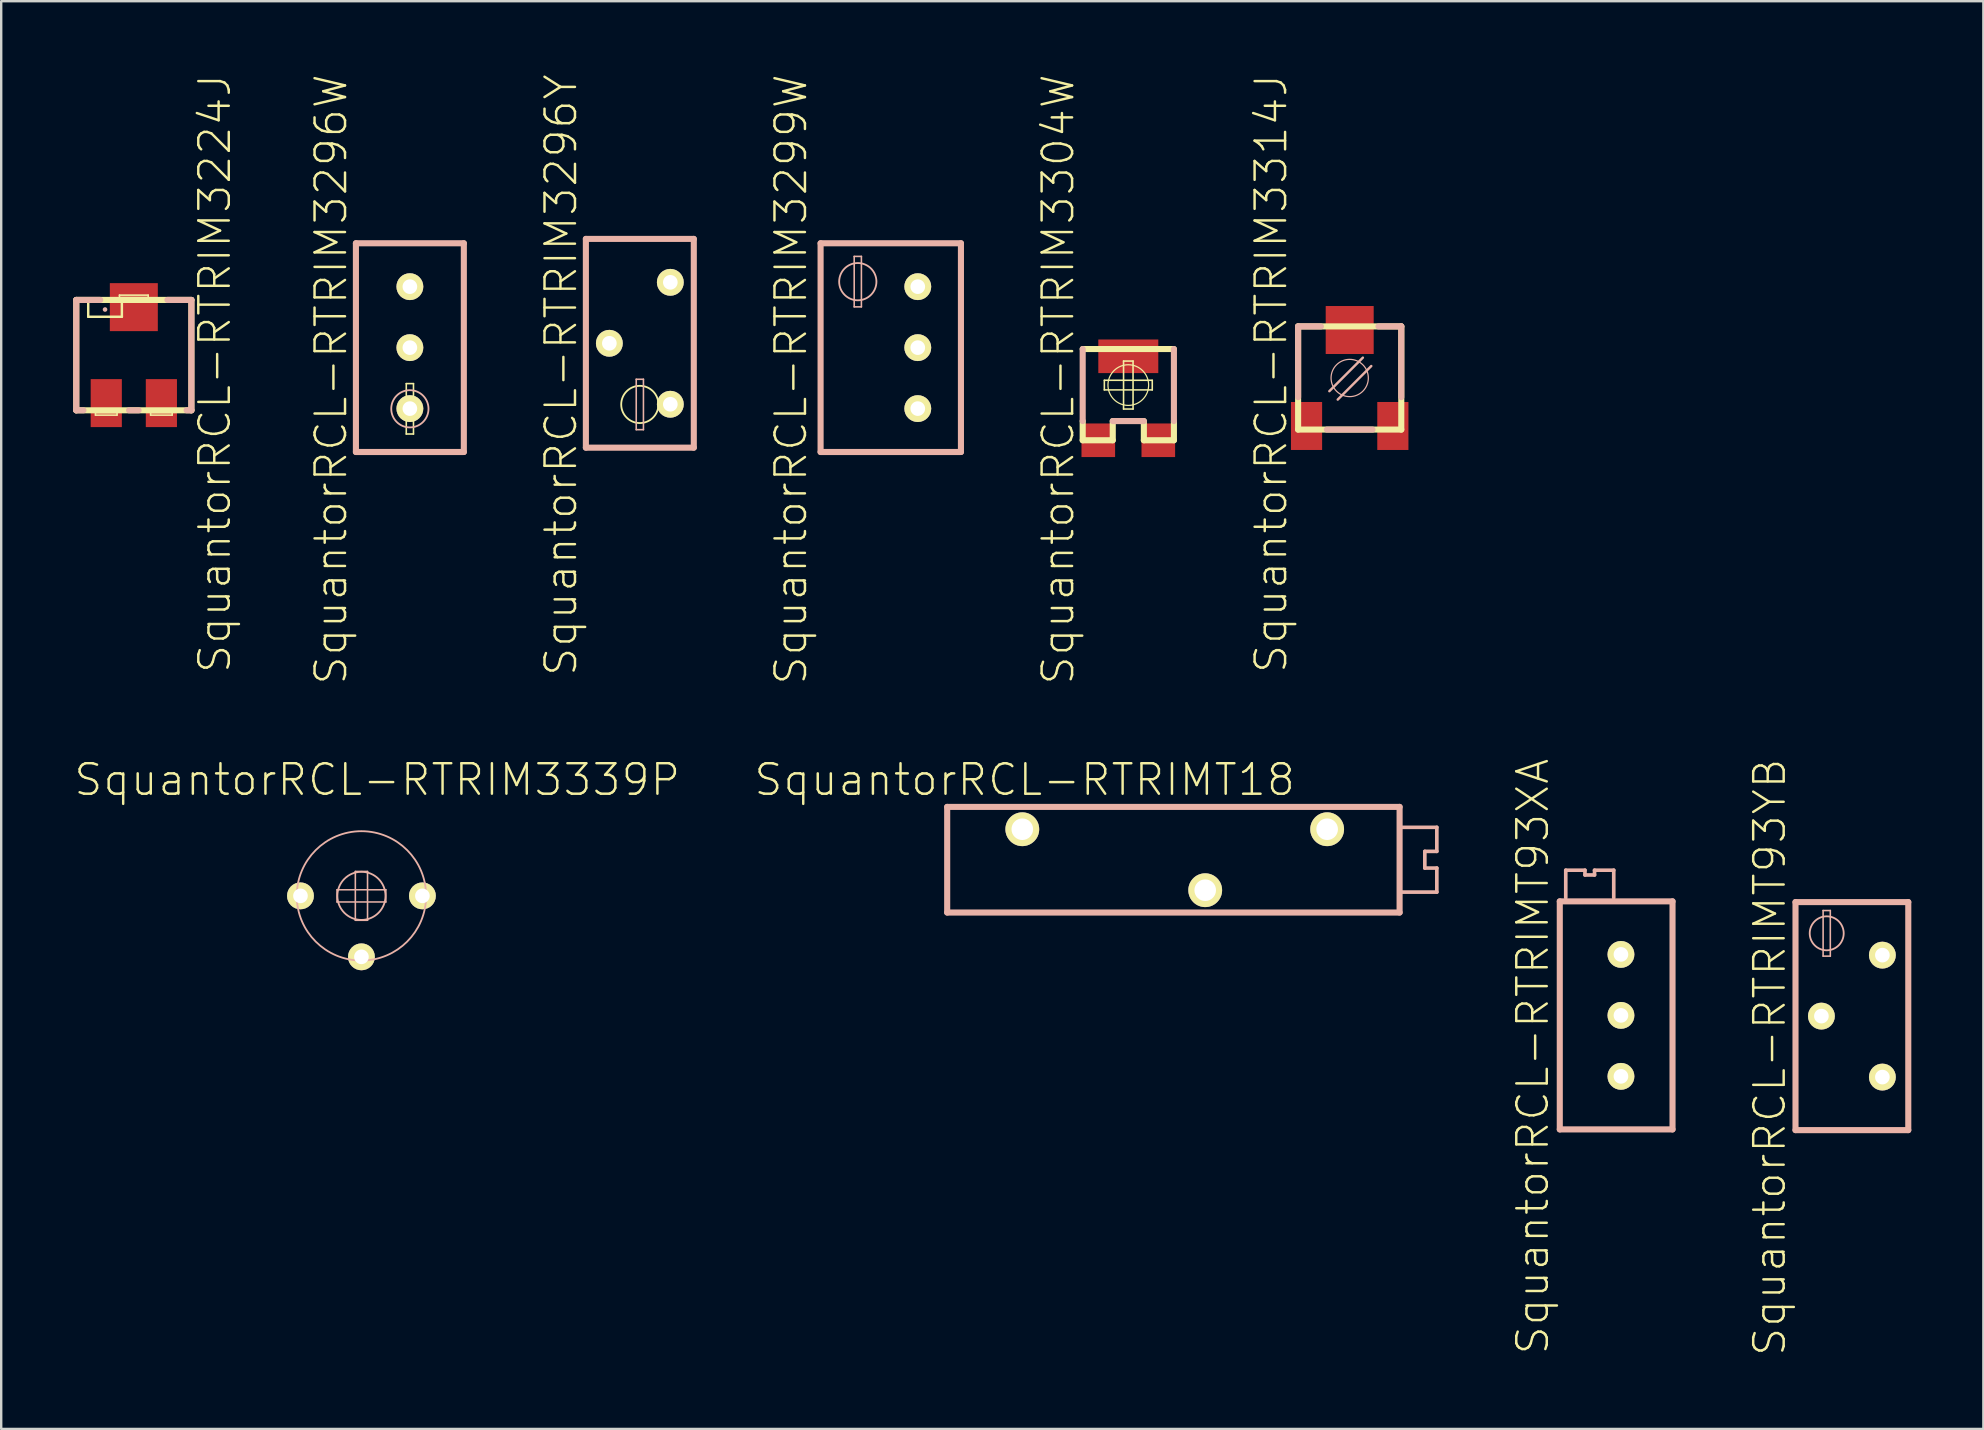
<source format=kicad_pcb>
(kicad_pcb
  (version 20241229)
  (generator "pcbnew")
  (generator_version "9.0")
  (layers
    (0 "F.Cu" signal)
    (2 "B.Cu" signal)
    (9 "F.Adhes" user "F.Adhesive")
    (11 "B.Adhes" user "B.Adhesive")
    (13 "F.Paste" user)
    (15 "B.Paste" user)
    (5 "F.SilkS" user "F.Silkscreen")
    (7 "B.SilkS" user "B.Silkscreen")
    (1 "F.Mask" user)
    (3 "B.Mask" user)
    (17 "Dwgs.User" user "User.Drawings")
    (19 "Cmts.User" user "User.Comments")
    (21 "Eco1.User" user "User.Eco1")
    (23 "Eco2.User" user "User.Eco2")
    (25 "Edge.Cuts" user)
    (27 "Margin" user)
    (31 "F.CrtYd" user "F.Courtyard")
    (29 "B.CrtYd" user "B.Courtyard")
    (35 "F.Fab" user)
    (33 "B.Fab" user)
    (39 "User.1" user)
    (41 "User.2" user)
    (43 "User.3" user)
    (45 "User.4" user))
  (footprint "SquantorRCL-RTRIMT18"
    (layer "F.Cu")
    (at 47.158 32.765)
    (property "Reference" "SquantorRCL-RTRIMT18" (at -7.523 -3.332 0) (layer "F.SilkS") (effects (font (size 1.27 1.27) (thickness 0.102))))
    (attr exclude_from_pos_files exclude_from_bom)
    (fp_line (start -10.749 -2.2) (end -10.749 2.2) (stroke (width 0.254) (type solid)) (layer "B.SilkS"))
    (fp_line (start -10.749 2.2) (end 8.098 2.2) (stroke (width 0.254) (type solid)) (layer "B.SilkS"))
    (fp_line (start 8.098 -2.2) (end -10.749 -2.2) (stroke (width 0.254) (type solid)) (layer "B.SilkS"))
    (fp_line (start 8.098 2.2) (end 8.098 -2.2) (stroke (width 0.254) (type solid)) (layer "B.SilkS"))
    (fp_line (start 8.199 -1.349) (end 9.649 -1.349) (stroke (width 0.152) (type solid)) (layer "B.SilkS"))
    (fp_line (start 9.149 -0.348) (end 9.149 0.348) (stroke (width 0.152) (type solid)) (layer "B.SilkS"))
    (fp_line (start 9.149 0.348) (end 9.649 0.348) (stroke (width 0.152) (type solid)) (layer "B.SilkS"))
    (fp_line (start 9.649 -1.349) (end 9.649 -0.348) (stroke (width 0.152) (type solid)) (layer "B.SilkS"))
    (fp_line (start 9.649 -0.348) (end 9.149 -0.348) (stroke (width 0.152) (type solid)) (layer "B.SilkS"))
    (fp_line (start 9.649 0.348) (end 9.649 1.349) (stroke (width 0.152) (type solid)) (layer "B.SilkS"))
    (fp_line (start 9.649 1.349) (end 8.199 1.349) (stroke (width 0.152) (type solid)) (layer "B.SilkS"))
    (pad "1" thru_hole circle (at -7.62 -1.27) (size 1.407 1.407) (drill 0.899) (layers "*.Cu" "F.Mask" "F.SilkS" "F.Paste"))
    (pad "2" thru_hole circle (at 0 1.27) (size 1.407 1.407) (drill 0.899) (layers "*.Cu" "F.Mask" "F.SilkS" "F.Paste"))
    (pad "3" thru_hole circle (at 5.08 -1.27) (size 1.407 1.407) (drill 0.899) (layers "*.Cu" "F.Mask" "F.SilkS" "F.Paste")))
  (footprint "SquantorRCL-RTRIM3299W"
    (layer "F.Cu")
    (at 33.914 11.432)
    (property "Reference" "SquantorRCL-RTRIM3299W" (at -4.013 1.323 90) (layer "F.SilkS") (effects (font (size 1.27 1.27) (thickness 0.102))))
    (attr exclude_from_pos_files exclude_from_bom)
    (fp_line (start -2.779 -4.348) (end 3.068 -4.348) (stroke (width 0.254) (type solid)) (layer "B.SilkS"))
    (fp_line (start -2.779 4.348) (end -2.779 -4.348) (stroke (width 0.254) (type solid)) (layer "B.SilkS"))
    (fp_line (start -1.379 -3.8) (end -1.079 -3.8) (stroke (width 0.066) (type solid)) (layer "B.SilkS"))
    (fp_line (start -1.379 -1.699) (end -1.379 -3.8) (stroke (width 0.066) (type solid)) (layer "B.SilkS"))
    (fp_line (start -1.379 -1.699) (end -1.079 -1.699) (stroke (width 0.066) (type solid)) (layer "B.SilkS"))
    (fp_line (start -1.079 -1.699) (end -1.079 -3.8) (stroke (width 0.066) (type solid)) (layer "B.SilkS"))
    (fp_line (start 3.068 -4.348) (end 3.068 4.348) (stroke (width 0.254) (type solid)) (layer "B.SilkS"))
    (fp_line (start 3.068 4.348) (end -2.779 4.348) (stroke (width 0.254) (type solid)) (layer "B.SilkS"))
    (fp_circle (center -1.229 -2.748) (end -1.778 -3.297) (stroke (width 0.076) (type solid)) (fill no) (layer "B.SilkS"))
    (pad "1" thru_hole circle (at 1.27 2.54) (size 1.118 1.118) (drill 0.61) (layers "*.Cu" "F.Mask" "F.SilkS" "F.Paste"))
    (pad "2" thru_hole circle (at 1.27 0) (size 1.118 1.118) (drill 0.61) (layers "*.Cu" "F.Mask" "F.SilkS" "F.Paste"))
    (pad "3" thru_hole circle (at 1.27 -2.54) (size 1.118 1.118) (drill 0.61) (layers "*.Cu" "F.Mask" "F.SilkS" "F.Paste")))
  (footprint "SquantorRCL-RTRIM3296Y"
    (layer "F.Cu")
    (at 23.605 11.251)
    (property "Reference" "SquantorRCL-RTRIM3296Y" (at -3.284 1.323 90) (layer "F.SilkS") (effects (font (size 1.27 1.27) (thickness 0.102))))
    (attr exclude_from_pos_files exclude_from_bom)
    (fp_circle (center 0 2.548) (end -0.549 3.096) (stroke (width 0.076) (type solid)) (fill no) (layer "F.SilkS"))
    (fp_line (start -2.248 -4.348) (end 2.248 -4.348) (stroke (width 0.254) (type solid)) (layer "B.SilkS"))
    (fp_line (start -2.248 4.348) (end -2.248 -4.348) (stroke (width 0.254) (type solid)) (layer "B.SilkS"))
    (fp_line (start -0.15 1.499) (end 0.15 1.499) (stroke (width 0.066) (type solid)) (layer "B.SilkS"))
    (fp_line (start -0.15 3.599) (end -0.15 1.499) (stroke (width 0.066) (type solid)) (layer "B.SilkS"))
    (fp_line (start -0.15 3.599) (end 0.15 3.599) (stroke (width 0.066) (type solid)) (layer "B.SilkS"))
    (fp_line (start 0.15 3.599) (end 0.15 1.499) (stroke (width 0.066) (type solid)) (layer "B.SilkS"))
    (fp_line (start 2.248 -4.348) (end 2.248 4.348) (stroke (width 0.254) (type solid)) (layer "B.SilkS"))
    (fp_line (start 2.248 4.348) (end -2.248 4.348) (stroke (width 0.254) (type solid)) (layer "B.SilkS"))
    (pad "1" thru_hole circle (at 1.27 2.54) (size 1.118 1.118) (drill 0.61) (layers "*.Cu" "F.Mask" "F.SilkS" "F.Paste"))
    (pad "2" thru_hole circle (at -1.27 0) (size 1.118 1.118) (drill 0.61) (layers "*.Cu" "F.Mask" "F.SilkS" "F.Paste"))
    (pad "3" thru_hole circle (at 1.27 -2.54) (size 1.118 1.118) (drill 0.61) (layers "*.Cu" "F.Mask" "F.SilkS" "F.Paste")))
  (footprint "SquantorRCL-RTRIM3314J"
    (layer "F.Cu")
    (at 53.177 12.697)
    (property "Reference" "SquantorRCL-RTRIM3314J" (at -3.274 -0.183 90) (layer "F.SilkS") (effects (font (size 1.27 1.27) (thickness 0.102))))
    (attr smd)
    (fp_line (start -2.149 -2.149) (end 2.149 -2.149) (stroke (width 0.254) (type solid)) (layer "F.SilkS"))
    (fp_line (start -2.149 2.149) (end -2.149 -2.149) (stroke (width 0.254) (type solid)) (layer "F.SilkS"))
    (fp_line (start 2.149 -2.149) (end 2.149 2.149) (stroke (width 0.254) (type solid)) (layer "F.SilkS"))
    (fp_line (start 2.149 2.149) (end -2.149 2.149) (stroke (width 0.254) (type solid)) (layer "F.SilkS"))
    (fp_line (start -2.149 -2.149) (end -2.149 0.798) (stroke (width 0.254) (type solid)) (layer "B.SilkS"))
    (fp_line (start -1.199 -2.149) (end -2.149 -2.149) (stroke (width 0.254) (type solid)) (layer "B.SilkS"))
    (fp_line (start -0.848 0.549) (end 0.549 -0.848) (stroke (width 0.102) (type solid)) (layer "B.SilkS"))
    (fp_line (start -0.498 0.899) (end 0.899 -0.498) (stroke (width 0.102) (type solid)) (layer "B.SilkS"))
    (fp_line (start 0.95 2.149) (end -0.95 2.149) (stroke (width 0.254) (type solid)) (layer "B.SilkS"))
    (fp_line (start 2.149 -2.149) (end 1.199 -2.149) (stroke (width 0.254) (type solid)) (layer "B.SilkS"))
    (fp_line (start 2.149 0.798) (end 2.149 -2.149) (stroke (width 0.254) (type solid)) (layer "B.SilkS"))
    (fp_circle (center 0 0) (end -0.549 0.549) (stroke (width 0.051) (type solid)) (fill no) (layer "B.SilkS"))
    (pad "1" smd rect (at -1.798 1.999) (size 1.298 1.999) (layers "F.Cu" "F.Mask" "F.Paste"))
    (pad "2" smd rect (at 0 -1.999) (size 1.999 1.999) (layers "F.Cu" "F.Mask" "F.Paste"))
    (pad "3" smd rect (at 1.798 1.999) (size 1.298 1.999) (layers "F.Cu" "F.Mask" "F.Paste")))
  (footprint "SquantorRCL-RTRIM3224J"
    (layer "F.Cu")
    (at 2.525 11.744)
    (property "Reference" "SquantorRCL-RTRIM3224J" (at 3.373 0.77 270) (layer "F.SilkS") (effects (font (size 1.27 1.27) (thickness 0.102))))
    (attr smd)
    (fp_line (start -2.398 -2.299) (end 2.398 -2.299) (stroke (width 0.254) (type solid)) (layer "F.SilkS"))
    (fp_line (start -2.398 2.299) (end -2.398 -2.299) (stroke (width 0.254) (type solid)) (layer "F.SilkS"))
    (fp_line (start -1.9 -1.598) (end -1.9 -2.2) (stroke (width 0.102) (type solid)) (layer "F.SilkS"))
    (fp_line (start -1.598 2.398) (end -0.699 2.398) (stroke (width 0.066) (type solid)) (layer "F.SilkS"))
    (fp_line (start -1.598 2.499) (end -1.598 2.398) (stroke (width 0.066) (type solid)) (layer "F.SilkS"))
    (fp_line (start -1.598 2.499) (end -0.699 2.499) (stroke (width 0.066) (type solid)) (layer "F.SilkS"))
    (fp_line (start -0.699 2.499) (end -0.699 2.398) (stroke (width 0.066) (type solid)) (layer "F.SilkS"))
    (fp_line (start -0.599 -2.499) (end 0.599 -2.499) (stroke (width 0.066) (type solid)) (layer "F.SilkS"))
    (fp_line (start -0.599 -2.398) (end -0.599 -2.499) (stroke (width 0.066) (type solid)) (layer "F.SilkS"))
    (fp_line (start -0.599 -2.398) (end 0.599 -2.398) (stroke (width 0.066) (type solid)) (layer "F.SilkS"))
    (fp_line (start -0.498 -2.2) (end -0.498 -1.598) (stroke (width 0.102) (type solid)) (layer "F.SilkS"))
    (fp_line (start -0.498 -1.598) (end -1.9 -1.598) (stroke (width 0.102) (type solid)) (layer "F.SilkS"))
    (fp_line (start 0.599 -2.398) (end 0.599 -2.499) (stroke (width 0.066) (type solid)) (layer "F.SilkS"))
    (fp_line (start 0.699 2.398) (end 1.598 2.398) (stroke (width 0.066) (type solid)) (layer "F.SilkS"))
    (fp_line (start 0.699 2.499) (end 0.699 2.398) (stroke (width 0.066) (type solid)) (layer "F.SilkS"))
    (fp_line (start 0.699 2.499) (end 1.598 2.499) (stroke (width 0.066) (type solid)) (layer "F.SilkS"))
    (fp_line (start 1.598 2.499) (end 1.598 2.398) (stroke (width 0.066) (type solid)) (layer "F.SilkS"))
    (fp_line (start 2.398 -2.299) (end 2.398 2.299) (stroke (width 0.254) (type solid)) (layer "F.SilkS"))
    (fp_line (start 2.398 2.299) (end -2.398 2.299) (stroke (width 0.254) (type solid)) (layer "F.SilkS"))
    (fp_line (start -2.398 -2.299) (end -1.4 -2.299) (stroke (width 0.254) (type solid)) (layer "B.SilkS"))
    (fp_line (start -2.398 2.299) (end -2.398 -2.299) (stroke (width 0.254) (type solid)) (layer "B.SilkS"))
    (fp_line (start -2.098 2.299) (end -2.398 2.299) (stroke (width 0.254) (type solid)) (layer "B.SilkS"))
    (fp_line (start 0.198 2.299) (end -0.198 2.299) (stroke (width 0.254) (type solid)) (layer "B.SilkS"))
    (fp_line (start 1.4 -2.299) (end 2.398 -2.299) (stroke (width 0.254) (type solid)) (layer "B.SilkS"))
    (fp_line (start 2.398 -2.299) (end 2.398 2.299) (stroke (width 0.254) (type solid)) (layer "B.SilkS"))
    (fp_line (start 2.398 2.299) (end 2.2 2.299) (stroke (width 0.254) (type solid)) (layer "B.SilkS"))
    (fp_circle (center -1.199 -1.9) (end -1.267 -1.968) (stroke (width 0) (type solid)) (fill yes) (layer "B.SilkS"))
    (pad "1" smd rect (at -1.148 1.999) (size 1.298 1.999) (layers "F.Cu" "F.Mask" "F.Paste"))
    (pad "2" smd rect (at 0 -1.999) (size 1.999 1.999) (layers "F.Cu" "F.Mask" "F.Paste"))
    (pad "3" smd rect (at 1.148 1.999) (size 1.298 1.999) (layers "F.Cu" "F.Mask" "F.Paste")))
  (footprint "SquantorRCL-RTRIMT93XA"
    (layer "F.Cu")
    (at 64.477 39.25)
    (property "Reference" "SquantorRCL-RTRIMT93XA" (at -3.673 1.714 90) (layer "F.SilkS") (effects (font (size 1.27 1.27) (thickness 0.102))))
    (attr exclude_from_pos_files exclude_from_bom)
    (fp_line (start -2.548 -4.75) (end -2.548 4.75) (stroke (width 0.254) (type solid)) (layer "B.SilkS"))
    (fp_line (start -2.548 4.75) (end 2.149 4.75) (stroke (width 0.254) (type solid)) (layer "B.SilkS"))
    (fp_line (start -2.299 -6.048) (end -2.299 -4.9) (stroke (width 0.152) (type solid)) (layer "B.SilkS"))
    (fp_line (start -1.499 -6.048) (end -2.299 -6.048) (stroke (width 0.152) (type solid)) (layer "B.SilkS"))
    (fp_line (start -1.499 -5.85) (end -1.499 -6.048) (stroke (width 0.152) (type solid)) (layer "B.SilkS"))
    (fp_line (start -1.1 -6.048) (end -1.1 -5.85) (stroke (width 0.152) (type solid)) (layer "B.SilkS"))
    (fp_line (start -1.1 -5.85) (end -1.499 -5.85) (stroke (width 0.152) (type solid)) (layer "B.SilkS"))
    (fp_line (start -0.3 -6.048) (end -1.1 -6.048) (stroke (width 0.152) (type solid)) (layer "B.SilkS"))
    (fp_line (start -0.3 -4.9) (end -0.3 -6.048) (stroke (width 0.152) (type solid)) (layer "B.SilkS"))
    (fp_line (start 2.149 -4.75) (end -2.548 -4.75) (stroke (width 0.254) (type solid)) (layer "B.SilkS"))
    (fp_line (start 2.149 4.75) (end 2.149 -4.75) (stroke (width 0.254) (type solid)) (layer "B.SilkS"))
    (pad "1" thru_hole circle (at 0 2.54) (size 1.118 1.118) (drill 0.61) (layers "*.Cu" "F.Mask" "F.SilkS" "F.Paste"))
    (pad "2" thru_hole circle (at 0 0) (size 1.118 1.118) (drill 0.61) (layers "*.Cu" "F.Mask" "F.SilkS" "F.Paste"))
    (pad "3" thru_hole circle (at 0 -2.54) (size 1.118 1.118) (drill 0.61) (layers "*.Cu" "F.Mask" "F.SilkS" "F.Paste")))
  (footprint "SquantorRCL-RTRIM3339P"
    (layer "F.Cu")
    (at 12.007 34.271)
    (property "Reference" "SquantorRCL-RTRIM3339P" (at 0.658 -4.839 0) (layer "F.SilkS") (effects (font (size 1.27 1.27) (thickness 0.102))))
    (attr exclude_from_pos_files exclude_from_bom)
    (fp_line (start -1.016 -0.254) (end 1.016 -0.254) (stroke (width 0.066) (type solid)) (layer "B.SilkS"))
    (fp_line (start -1.016 0.254) (end -1.016 -0.254) (stroke (width 0.066) (type solid)) (layer "B.SilkS"))
    (fp_line (start -1.016 0.254) (end 1.016 0.254) (stroke (width 0.066) (type solid)) (layer "B.SilkS"))
    (fp_line (start -0.254 -1.016) (end 0.254 -1.016) (stroke (width 0.066) (type solid)) (layer "B.SilkS"))
    (fp_line (start -0.254 1.016) (end -0.254 -1.016) (stroke (width 0.066) (type solid)) (layer "B.SilkS"))
    (fp_line (start -0.254 1.016) (end 0.254 1.016) (stroke (width 0.066) (type solid)) (layer "B.SilkS"))
    (fp_line (start 0.254 1.016) (end 0.254 -1.016) (stroke (width 0.066) (type solid)) (layer "B.SilkS"))
    (fp_line (start 1.016 0.254) (end 1.016 -0.254) (stroke (width 0.066) (type solid)) (layer "B.SilkS"))
    (fp_circle (center 0 0) (end -1.905 1.905) (stroke (width 0.076) (type solid)) (fill no) (layer "B.SilkS"))
    (fp_circle (center 0 0) (end -0.709 0.709) (stroke (width 0.076) (type solid)) (fill no) (layer "B.SilkS"))
    (pad "1" thru_hole circle (at -2.54 0) (size 1.118 1.118) (drill 0.61) (layers "*.Cu" "F.Mask" "F.SilkS" "F.Paste"))
    (pad "2" thru_hole circle (at 0 2.54) (size 1.118 1.118) (drill 0.61) (layers "*.Cu" "F.Mask" "F.SilkS" "F.Paste"))
    (pad "3" thru_hole circle (at 2.54 0) (size 1.118 1.118) (drill 0.61) (layers "*.Cu" "F.Mask" "F.SilkS" "F.Paste")))
  (footprint "SquantorRCL-RTRIMT93YB"
    (layer "F.Cu")
    (at 74.098 39.28)
    (property "Reference" "SquantorRCL-RTRIMT93YB" (at -3.424 1.714 90) (layer "F.SilkS") (effects (font (size 1.27 1.27) (thickness 0.102))))
    (attr exclude_from_pos_files exclude_from_bom)
    (fp_line (start -2.349 -4.75) (end -2.349 4.75) (stroke (width 0.254) (type solid)) (layer "B.SilkS"))
    (fp_line (start -2.349 4.75) (end 2.349 4.75) (stroke (width 0.254) (type solid)) (layer "B.SilkS"))
    (fp_line (start -1.199 -4.399) (end -0.899 -4.399) (stroke (width 0.066) (type solid)) (layer "B.SilkS"))
    (fp_line (start -1.199 -2.499) (end -1.199 -4.399) (stroke (width 0.066) (type solid)) (layer "B.SilkS"))
    (fp_line (start -1.199 -2.499) (end -0.899 -2.499) (stroke (width 0.066) (type solid)) (layer "B.SilkS"))
    (fp_line (start -0.899 -2.499) (end -0.899 -4.399) (stroke (width 0.066) (type solid)) (layer "B.SilkS"))
    (fp_line (start 2.349 -4.75) (end -2.349 -4.75) (stroke (width 0.254) (type solid)) (layer "B.SilkS"))
    (fp_line (start 2.349 4.75) (end 2.349 -4.75) (stroke (width 0.254) (type solid)) (layer "B.SilkS"))
    (fp_circle (center -1.049 -3.449) (end -1.549 -3.95) (stroke (width 0.076) (type solid)) (fill no) (layer "B.SilkS"))
    (pad "1" thru_hole circle (at 1.27 2.54) (size 1.118 1.118) (drill 0.61) (layers "*.Cu" "F.Mask" "F.SilkS" "F.Paste"))
    (pad "2" thru_hole circle (at -1.27 0) (size 1.118 1.118) (drill 0.61) (layers "*.Cu" "F.Mask" "F.SilkS" "F.Paste"))
    (pad "3" thru_hole circle (at 1.27 -2.54) (size 1.118 1.118) (drill 0.61) (layers "*.Cu" "F.Mask" "F.SilkS" "F.Paste")))
  (footprint "SquantorRCL-RTRIM3296W"
    (layer "F.Cu")
    (at 14.025 11.432)
    (property "Reference" "SquantorRCL-RTRIM3296W" (at -3.284 1.323 90) (layer "F.SilkS") (effects (font (size 1.27 1.27) (thickness 0.102))))
    (attr exclude_from_pos_files exclude_from_bom)
    (fp_line (start -0.15 1.499) (end 0.15 1.499) (stroke (width 0.066) (type solid)) (layer "F.SilkS"))
    (fp_line (start -0.15 3.599) (end -0.15 1.499) (stroke (width 0.066) (type solid)) (layer "F.SilkS"))
    (fp_line (start -0.15 3.599) (end 0.15 3.599) (stroke (width 0.066) (type solid)) (layer "F.SilkS"))
    (fp_line (start 0.15 3.599) (end 0.15 1.499) (stroke (width 0.066) (type solid)) (layer "F.SilkS"))
    (fp_line (start -2.248 -4.348) (end 2.248 -4.348) (stroke (width 0.254) (type solid)) (layer "B.SilkS"))
    (fp_line (start -2.248 4.348) (end -2.248 -4.348) (stroke (width 0.254) (type solid)) (layer "B.SilkS"))
    (fp_line (start 2.248 -4.348) (end 2.248 4.348) (stroke (width 0.254) (type solid)) (layer "B.SilkS"))
    (fp_line (start 2.248 4.348) (end -2.248 4.348) (stroke (width 0.254) (type solid)) (layer "B.SilkS"))
    (fp_circle (center 0 2.548) (end -0.549 3.096) (stroke (width 0.076) (type solid)) (fill no) (layer "B.SilkS"))
    (pad "1" thru_hole circle (at 0 2.54) (size 1.118 1.118) (drill 0.61) (layers "*.Cu" "F.Mask" "F.SilkS" "F.Paste"))
    (pad "2" thru_hole circle (at 0 0) (size 1.118 1.118) (drill 0.61) (layers "*.Cu" "F.Mask" "F.SilkS" "F.Paste"))
    (pad "3" thru_hole circle (at 0 -2.54) (size 1.118 1.118) (drill 0.61) (layers "*.Cu" "F.Mask" "F.SilkS" "F.Paste")))
  (footprint "SquantorRCL-RTRIM3304W"
    (layer "F.Cu")
    (at 43.954 13.391)
    (property "Reference" "SquantorRCL-RTRIM3304W" (at -2.924 -0.635 90) (layer "F.SilkS") (effects (font (size 1.27 1.27) (thickness 0.102))))
    (attr smd)
    (fp_line (start -1.9 -1.9) (end 1.9 -1.9) (stroke (width 0.254) (type solid)) (layer "F.SilkS"))
    (fp_line (start -1.9 1.9) (end -1.9 1.1) (stroke (width 0.254) (type solid)) (layer "F.SilkS"))
    (fp_line (start -0.998 -0.599) (end 0.998 -0.599) (stroke (width 0.066) (type solid)) (layer "F.SilkS"))
    (fp_line (start -0.998 -0.198) (end -0.998 -0.599) (stroke (width 0.066) (type solid)) (layer "F.SilkS"))
    (fp_line (start -0.998 -0.198) (end 0.998 -0.198) (stroke (width 0.066) (type solid)) (layer "F.SilkS"))
    (fp_line (start -0.648 1.1) (end -0.648 1.9) (stroke (width 0.254) (type solid)) (layer "F.SilkS"))
    (fp_line (start -0.648 1.9) (end -1.9 1.9) (stroke (width 0.254) (type solid)) (layer "F.SilkS"))
    (fp_line (start -0.198 -1.4) (end 0.198 -1.4) (stroke (width 0.066) (type solid)) (layer "F.SilkS"))
    (fp_line (start -0.198 0.599) (end -0.198 -1.4) (stroke (width 0.066) (type solid)) (layer "F.SilkS"))
    (fp_line (start -0.198 0.599) (end 0.198 0.599) (stroke (width 0.066) (type solid)) (layer "F.SilkS"))
    (fp_line (start 0.198 0.599) (end 0.198 -1.4) (stroke (width 0.066) (type solid)) (layer "F.SilkS"))
    (fp_line (start 0.648 1.9) (end 0.648 1.1) (stroke (width 0.254) (type solid)) (layer "F.SilkS"))
    (fp_line (start 0.998 -0.198) (end 0.998 -0.599) (stroke (width 0.066) (type solid)) (layer "F.SilkS"))
    (fp_line (start 1.9 1.1) (end 1.9 1.9) (stroke (width 0.254) (type solid)) (layer "F.SilkS"))
    (fp_line (start 1.9 1.9) (end 0.648 1.9) (stroke (width 0.254) (type solid)) (layer "F.SilkS"))
    (fp_circle (center 0 -0.399) (end -0.599 -0.998) (stroke (width 0.051) (type solid)) (fill no) (layer "F.SilkS"))
    (fp_line (start -1.9 1.1) (end -1.9 -1.9) (stroke (width 0.254) (type solid)) (layer "B.SilkS"))
    (fp_line (start 0.648 1.1) (end -0.648 1.1) (stroke (width 0.254) (type solid)) (layer "B.SilkS"))
    (fp_line (start 1.9 -1.9) (end 1.9 1.1) (stroke (width 0.254) (type solid)) (layer "B.SilkS"))
    (pad "1" smd rect (at -1.25 1.9) (size 1.4 1.4) (layers "F.Cu" "F.Mask" "F.Paste"))
    (pad "2" smd rect (at 0 -1.598) (size 2.499 1.4) (layers "F.Cu" "F.Mask" "F.Paste"))
    (pad "3" smd rect (at 1.25 1.9) (size 1.4 1.4) (layers "F.Cu" "F.Mask" "F.Paste")))
  (gr_rect
    (start -3 -3)
    (end 79.575 56.478)
    (stroke (width 0.1) (type default))
    (fill no)
    (layer "Edge.Cuts")))
</source>
